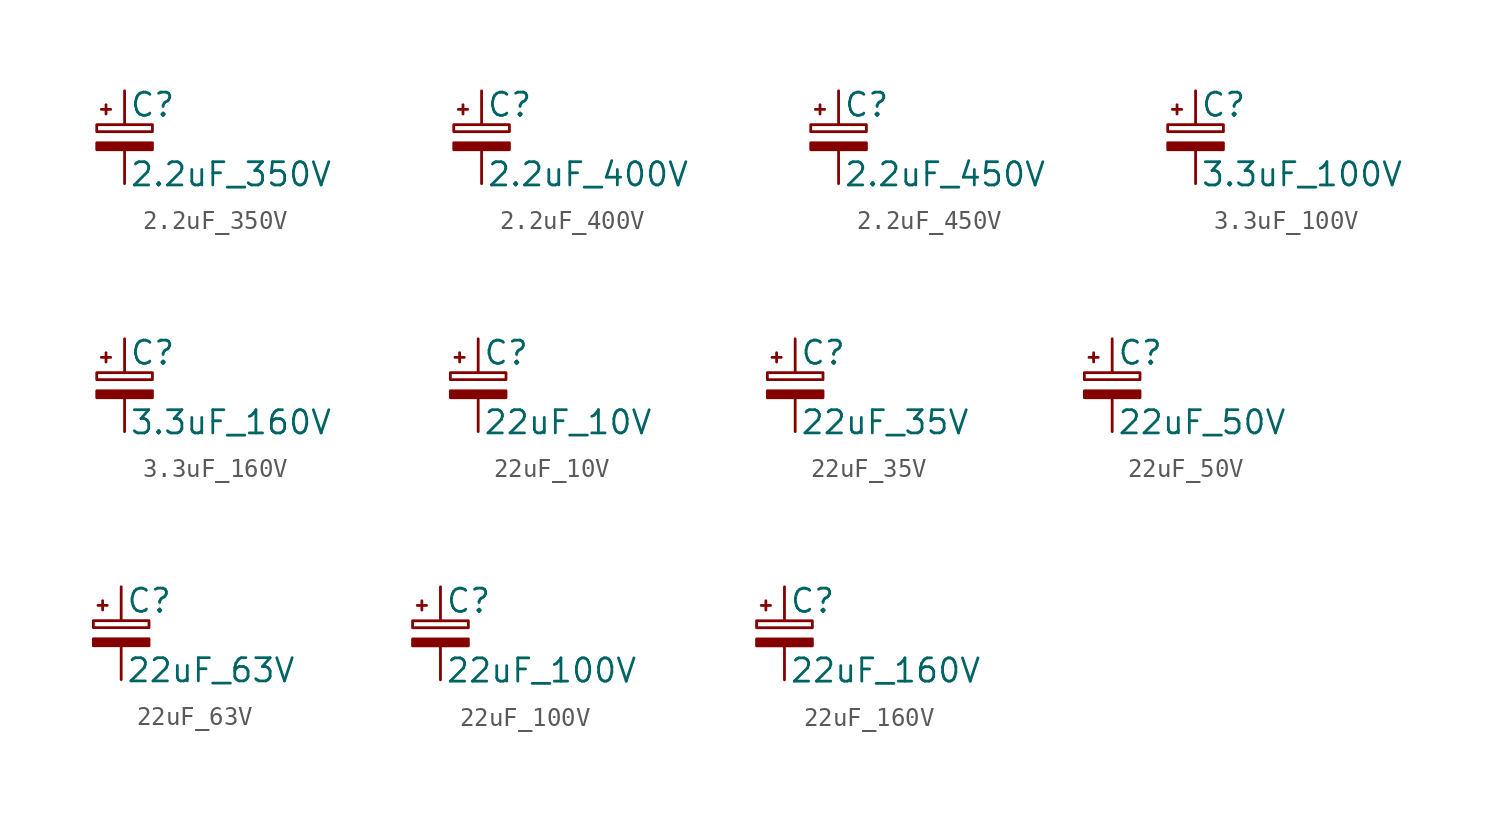
<source format=kicad_sym>
(kicad_symbol_lib
  (version 20211014)
  (generator kicad_symbol_editor)
  (symbol "2.2uF_350V"
    (pin_numbers hide)
    (pin_names
      (offset 0.254) hide)
    (property "Reference" "C"
      (at 0.254 1.778 0)
      (effects (font (size 1.27 1.27)) (justify left)))
    (property "Value" "2.2uF_350V"
      (at 0.254 -2.032 0)
      (effects (font (size 1.27 1.27)) (justify left)))
    (symbol "2.2uF_350V_0_1"
      (rectangle (start -1.524 -0.305) (end 1.524 -0.686) (stroke (width 0) (type default) (color 0 0 0 0)) (fill (type outline)))
      (rectangle (start -1.524 0.686) (end 1.524 0.305) (stroke (width 0) (type default) (color 0 0 0 0)) (fill (type none)))
      (polyline (pts (xy -1.27 1.524) (xy -0.762 1.524)) (stroke (width 0) (type default) (color 0 0 0 0)) (fill (type none)))
      (polyline (pts (xy -1.016 1.27) (xy -1.016 1.778)) (stroke (width 0) (type default) (color 0 0 0 0)) (fill (type none))))
    (symbol "2.2uF_350V_1_1"
      (pin passive line (at 0 2.54 270) (length 1.854) (name "~" (effects (font (size 1.27 1.27)))) (number "1" (effects (font (size 1.27 1.27)))))
      (pin passive line (at 0 -2.54 90) (length 1.854) (name "~" (effects (font (size 1.27 1.27)))) (number "2" (effects (font (size 1.27 1.27)))))))
  (symbol "2.2uF_400V"
    (pin_numbers hide)
    (pin_names
      (offset 0.254) hide)
    (property "Reference" "C"
      (at 0.254 1.778 0)
      (effects (font (size 1.27 1.27)) (justify left)))
    (property "Value" "2.2uF_400V"
      (at 0.254 -2.032 0)
      (effects (font (size 1.27 1.27)) (justify left)))
    (symbol "2.2uF_400V_0_1"
      (rectangle (start -1.524 -0.305) (end 1.524 -0.686) (stroke (width 0) (type default) (color 0 0 0 0)) (fill (type outline)))
      (rectangle (start -1.524 0.686) (end 1.524 0.305) (stroke (width 0) (type default) (color 0 0 0 0)) (fill (type none)))
      (polyline (pts (xy -1.27 1.524) (xy -0.762 1.524)) (stroke (width 0) (type default) (color 0 0 0 0)) (fill (type none)))
      (polyline (pts (xy -1.016 1.27) (xy -1.016 1.778)) (stroke (width 0) (type default) (color 0 0 0 0)) (fill (type none))))
    (symbol "2.2uF_400V_1_1"
      (pin passive line (at 0 2.54 270) (length 1.854) (name "~" (effects (font (size 1.27 1.27)))) (number "1" (effects (font (size 1.27 1.27)))))
      (pin passive line (at 0 -2.54 90) (length 1.854) (name "~" (effects (font (size 1.27 1.27)))) (number "2" (effects (font (size 1.27 1.27)))))))
  (symbol "2.2uF_450V"
    (pin_numbers hide)
    (pin_names
      (offset 0.254) hide)
    (property "Reference" "C"
      (at 0.254 1.778 0)
      (effects (font (size 1.27 1.27)) (justify left)))
    (property "Value" "2.2uF_450V"
      (at 0.254 -2.032 0)
      (effects (font (size 1.27 1.27)) (justify left)))
    (symbol "2.2uF_450V_0_1"
      (rectangle (start -1.524 -0.305) (end 1.524 -0.686) (stroke (width 0) (type default) (color 0 0 0 0)) (fill (type outline)))
      (rectangle (start -1.524 0.686) (end 1.524 0.305) (stroke (width 0) (type default) (color 0 0 0 0)) (fill (type none)))
      (polyline (pts (xy -1.27 1.524) (xy -0.762 1.524)) (stroke (width 0) (type default) (color 0 0 0 0)) (fill (type none)))
      (polyline (pts (xy -1.016 1.27) (xy -1.016 1.778)) (stroke (width 0) (type default) (color 0 0 0 0)) (fill (type none))))
    (symbol "2.2uF_450V_1_1"
      (pin passive line (at 0 2.54 270) (length 1.854) (name "~" (effects (font (size 1.27 1.27)))) (number "1" (effects (font (size 1.27 1.27)))))
      (pin passive line (at 0 -2.54 90) (length 1.854) (name "~" (effects (font (size 1.27 1.27)))) (number "2" (effects (font (size 1.27 1.27)))))))
  (symbol "3.3uF_100V"
    (pin_numbers hide)
    (pin_names
      (offset 0.254) hide)
    (property "Reference" "C"
      (at 0.254 1.778 0)
      (effects (font (size 1.27 1.27)) (justify left)))
    (property "Value" "3.3uF_100V"
      (at 0.254 -2.032 0)
      (effects (font (size 1.27 1.27)) (justify left)))
    (symbol "3.3uF_100V_0_1"
      (rectangle (start -1.524 -0.305) (end 1.524 -0.686) (stroke (width 0) (type default) (color 0 0 0 0)) (fill (type outline)))
      (rectangle (start -1.524 0.686) (end 1.524 0.305) (stroke (width 0) (type default) (color 0 0 0 0)) (fill (type none)))
      (polyline (pts (xy -1.27 1.524) (xy -0.762 1.524)) (stroke (width 0) (type default) (color 0 0 0 0)) (fill (type none)))
      (polyline (pts (xy -1.016 1.27) (xy -1.016 1.778)) (stroke (width 0) (type default) (color 0 0 0 0)) (fill (type none))))
    (symbol "3.3uF_100V_1_1"
      (pin passive line (at 0 2.54 270) (length 1.854) (name "~" (effects (font (size 1.27 1.27)))) (number "1" (effects (font (size 1.27 1.27)))))
      (pin passive line (at 0 -2.54 90) (length 1.854) (name "~" (effects (font (size 1.27 1.27)))) (number "2" (effects (font (size 1.27 1.27)))))))
  (symbol "3.3uF_160V"
    (pin_numbers hide)
    (pin_names
      (offset 0.254) hide)
    (property "Reference" "C"
      (at 0.254 1.778 0)
      (effects (font (size 1.27 1.27)) (justify left)))
    (property "Value" "3.3uF_160V"
      (at 0.254 -2.032 0)
      (effects (font (size 1.27 1.27)) (justify left)))
    (symbol "3.3uF_160V_0_1"
      (rectangle (start -1.524 -0.305) (end 1.524 -0.686) (stroke (width 0) (type default) (color 0 0 0 0)) (fill (type outline)))
      (rectangle (start -1.524 0.686) (end 1.524 0.305) (stroke (width 0) (type default) (color 0 0 0 0)) (fill (type none)))
      (polyline (pts (xy -1.27 1.524) (xy -0.762 1.524)) (stroke (width 0) (type default) (color 0 0 0 0)) (fill (type none)))
      (polyline (pts (xy -1.016 1.27) (xy -1.016 1.778)) (stroke (width 0) (type default) (color 0 0 0 0)) (fill (type none))))
    (symbol "3.3uF_160V_1_1"
      (pin passive line (at 0 2.54 270) (length 1.854) (name "~" (effects (font (size 1.27 1.27)))) (number "1" (effects (font (size 1.27 1.27)))))
      (pin passive line (at 0 -2.54 90) (length 1.854) (name "~" (effects (font (size 1.27 1.27)))) (number "2" (effects (font (size 1.27 1.27)))))))
  (symbol "22uF_10V"
    (pin_numbers hide)
    (pin_names
      (offset 0.254) hide)
    (property "Reference" "C"
      (at 0.254 1.778 0)
      (effects (font (size 1.27 1.27)) (justify left)))
    (property "Value" "22uF_10V"
      (at 0.254 -2.032 0)
      (effects (font (size 1.27 1.27)) (justify left)))
    (symbol "22uF_10V_0_1"
      (rectangle (start -1.524 -0.305) (end 1.524 -0.686) (stroke (width 0) (type default) (color 0 0 0 0)) (fill (type outline)))
      (rectangle (start -1.524 0.686) (end 1.524 0.305) (stroke (width 0) (type default) (color 0 0 0 0)) (fill (type none)))
      (polyline (pts (xy -1.27 1.524) (xy -0.762 1.524)) (stroke (width 0) (type default) (color 0 0 0 0)) (fill (type none)))
      (polyline (pts (xy -1.016 1.27) (xy -1.016 1.778)) (stroke (width 0) (type default) (color 0 0 0 0)) (fill (type none))))
    (symbol "22uF_10V_1_1"
      (pin passive line (at 0 2.54 270) (length 1.854) (name "~" (effects (font (size 1.27 1.27)))) (number "1" (effects (font (size 1.27 1.27)))))
      (pin passive line (at 0 -2.54 90) (length 1.854) (name "~" (effects (font (size 1.27 1.27)))) (number "2" (effects (font (size 1.27 1.27)))))))
  (symbol "22uF_35V"
    (pin_numbers hide)
    (pin_names
      (offset 0.254) hide)
    (property "Reference" "C"
      (at 0.254 1.778 0)
      (effects (font (size 1.27 1.27)) (justify left)))
    (property "Value" "22uF_35V"
      (at 0.254 -2.032 0)
      (effects (font (size 1.27 1.27)) (justify left)))
    (symbol "22uF_35V_0_1"
      (rectangle (start -1.524 -0.305) (end 1.524 -0.686) (stroke (width 0) (type default) (color 0 0 0 0)) (fill (type outline)))
      (rectangle (start -1.524 0.686) (end 1.524 0.305) (stroke (width 0) (type default) (color 0 0 0 0)) (fill (type none)))
      (polyline (pts (xy -1.27 1.524) (xy -0.762 1.524)) (stroke (width 0) (type default) (color 0 0 0 0)) (fill (type none)))
      (polyline (pts (xy -1.016 1.27) (xy -1.016 1.778)) (stroke (width 0) (type default) (color 0 0 0 0)) (fill (type none))))
    (symbol "22uF_35V_1_1"
      (pin passive line (at 0 2.54 270) (length 1.854) (name "~" (effects (font (size 1.27 1.27)))) (number "1" (effects (font (size 1.27 1.27)))))
      (pin passive line (at 0 -2.54 90) (length 1.854) (name "~" (effects (font (size 1.27 1.27)))) (number "2" (effects (font (size 1.27 1.27)))))))
  (symbol "22uF_50V"
    (pin_numbers hide)
    (pin_names
      (offset 0.254) hide)
    (property "Reference" "C"
      (at 0.254 1.778 0)
      (effects (font (size 1.27 1.27)) (justify left)))
    (property "Value" "22uF_50V"
      (at 0.254 -2.032 0)
      (effects (font (size 1.27 1.27)) (justify left)))
    (symbol "22uF_50V_0_1"
      (rectangle (start -1.524 -0.305) (end 1.524 -0.686) (stroke (width 0) (type default) (color 0 0 0 0)) (fill (type outline)))
      (rectangle (start -1.524 0.686) (end 1.524 0.305) (stroke (width 0) (type default) (color 0 0 0 0)) (fill (type none)))
      (polyline (pts (xy -1.27 1.524) (xy -0.762 1.524)) (stroke (width 0) (type default) (color 0 0 0 0)) (fill (type none)))
      (polyline (pts (xy -1.016 1.27) (xy -1.016 1.778)) (stroke (width 0) (type default) (color 0 0 0 0)) (fill (type none))))
    (symbol "22uF_50V_1_1"
      (pin passive line (at 0 2.54 270) (length 1.854) (name "~" (effects (font (size 1.27 1.27)))) (number "1" (effects (font (size 1.27 1.27)))))
      (pin passive line (at 0 -2.54 90) (length 1.854) (name "~" (effects (font (size 1.27 1.27)))) (number "2" (effects (font (size 1.27 1.27)))))))
  (symbol "22uF_63V"
    (pin_numbers hide)
    (pin_names
      (offset 0.254) hide)
    (property "Reference" "C"
      (at 0.254 1.778 0)
      (effects (font (size 1.27 1.27)) (justify left)))
    (property "Value" "22uF_63V"
      (at 0.254 -2.032 0)
      (effects (font (size 1.27 1.27)) (justify left)))
    (symbol "22uF_63V_0_1"
      (rectangle (start -1.524 -0.305) (end 1.524 -0.686) (stroke (width 0) (type default) (color 0 0 0 0)) (fill (type outline)))
      (rectangle (start -1.524 0.686) (end 1.524 0.305) (stroke (width 0) (type default) (color 0 0 0 0)) (fill (type none)))
      (polyline (pts (xy -1.27 1.524) (xy -0.762 1.524)) (stroke (width 0) (type default) (color 0 0 0 0)) (fill (type none)))
      (polyline (pts (xy -1.016 1.27) (xy -1.016 1.778)) (stroke (width 0) (type default) (color 0 0 0 0)) (fill (type none))))
    (symbol "22uF_63V_1_1"
      (pin passive line (at 0 2.54 270) (length 1.854) (name "~" (effects (font (size 1.27 1.27)))) (number "1" (effects (font (size 1.27 1.27)))))
      (pin passive line (at 0 -2.54 90) (length 1.854) (name "~" (effects (font (size 1.27 1.27)))) (number "2" (effects (font (size 1.27 1.27)))))))
  (symbol "22uF_100V"
    (pin_numbers hide)
    (pin_names
      (offset 0.254) hide)
    (property "Reference" "C"
      (at 0.254 1.778 0)
      (effects (font (size 1.27 1.27)) (justify left)))
    (property "Value" "22uF_100V"
      (at 0.254 -2.032 0)
      (effects (font (size 1.27 1.27)) (justify left)))
    (symbol "22uF_100V_0_1"
      (rectangle (start -1.524 -0.305) (end 1.524 -0.686) (stroke (width 0) (type default) (color 0 0 0 0)) (fill (type outline)))
      (rectangle (start -1.524 0.686) (end 1.524 0.305) (stroke (width 0) (type default) (color 0 0 0 0)) (fill (type none)))
      (polyline (pts (xy -1.27 1.524) (xy -0.762 1.524)) (stroke (width 0) (type default) (color 0 0 0 0)) (fill (type none)))
      (polyline (pts (xy -1.016 1.27) (xy -1.016 1.778)) (stroke (width 0) (type default) (color 0 0 0 0)) (fill (type none))))
    (symbol "22uF_100V_1_1"
      (pin passive line (at 0 2.54 270) (length 1.854) (name "~" (effects (font (size 1.27 1.27)))) (number "1" (effects (font (size 1.27 1.27)))))
      (pin passive line (at 0 -2.54 90) (length 1.854) (name "~" (effects (font (size 1.27 1.27)))) (number "2" (effects (font (size 1.27 1.27)))))))
  (symbol "22uF_160V"
    (pin_numbers hide)
    (pin_names
      (offset 0.254) hide)
    (property "Reference" "C"
      (at 0.254 1.778 0)
      (effects (font (size 1.27 1.27)) (justify left)))
    (property "Value" "22uF_160V"
      (at 0.254 -2.032 0)
      (effects (font (size 1.27 1.27)) (justify left)))
    (symbol "22uF_160V_0_1"
      (rectangle (start -1.524 -0.305) (end 1.524 -0.686) (stroke (width 0) (type default) (color 0 0 0 0)) (fill (type outline)))
      (rectangle (start -1.524 0.686) (end 1.524 0.305) (stroke (width 0) (type default) (color 0 0 0 0)) (fill (type none)))
      (polyline (pts (xy -1.27 1.524) (xy -0.762 1.524)) (stroke (width 0) (type default) (color 0 0 0 0)) (fill (type none)))
      (polyline (pts (xy -1.016 1.27) (xy -1.016 1.778)) (stroke (width 0) (type default) (color 0 0 0 0)) (fill (type none))))
    (symbol "22uF_160V_1_1"
      (pin passive line (at 0 2.54 270) (length 1.854) (name "~" (effects (font (size 1.27 1.27)))) (number "1" (effects (font (size 1.27 1.27)))))
      (pin passive line (at 0 -2.54 90) (length 1.854) (name "~" (effects (font (size 1.27 1.27)))) (number "2" (effects (font (size 1.27 1.27))))))))
</source>
